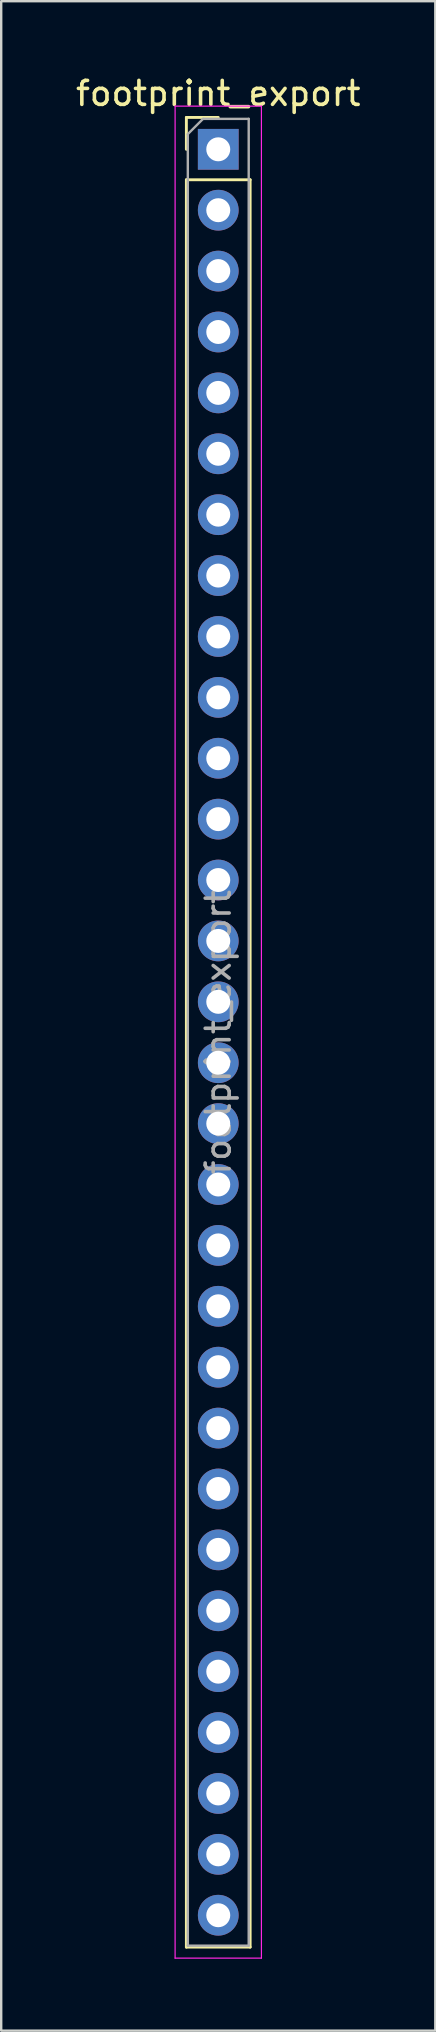
<source format=kicad_pcb>
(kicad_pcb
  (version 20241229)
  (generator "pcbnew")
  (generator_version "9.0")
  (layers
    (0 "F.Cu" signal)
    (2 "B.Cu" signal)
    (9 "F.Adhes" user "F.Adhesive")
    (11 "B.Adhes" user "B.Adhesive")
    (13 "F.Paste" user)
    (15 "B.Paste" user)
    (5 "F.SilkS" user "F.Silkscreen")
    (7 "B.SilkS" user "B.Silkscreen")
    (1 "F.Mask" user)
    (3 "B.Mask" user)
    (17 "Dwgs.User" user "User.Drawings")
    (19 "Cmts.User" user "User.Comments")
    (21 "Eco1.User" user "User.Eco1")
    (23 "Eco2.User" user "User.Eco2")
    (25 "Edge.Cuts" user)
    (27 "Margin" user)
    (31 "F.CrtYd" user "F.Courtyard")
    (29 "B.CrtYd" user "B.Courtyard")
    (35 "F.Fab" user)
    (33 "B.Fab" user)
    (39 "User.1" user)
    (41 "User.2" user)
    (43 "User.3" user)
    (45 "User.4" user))
  (footprint "footprint_export"
    (layer "F.Cu")
    (at 6.054 3.178)
    (property "Reference" "footprint_export" (at 0 -2.33 0) (layer "F.SilkS") (effects (font (size 1 1) (thickness 0.15))))
    (attr through_hole)
    (fp_line (start -1.33 -1.33) (end 0 -1.33) (stroke (width 0.12) (type solid)) (layer "F.SilkS"))
    (fp_line (start -1.33 0) (end -1.33 -1.33) (stroke (width 0.12) (type solid)) (layer "F.SilkS"))
    (fp_line (start -1.33 1.27) (end -1.33 74.99) (stroke (width 0.12) (type solid)) (layer "F.SilkS"))
    (fp_line (start -1.33 1.27) (end 1.33 1.27) (stroke (width 0.12) (type solid)) (layer "F.SilkS"))
    (fp_line (start -1.33 74.99) (end 1.33 74.99) (stroke (width 0.12) (type solid)) (layer "F.SilkS"))
    (fp_line (start 1.33 1.27) (end 1.33 74.99) (stroke (width 0.12) (type solid)) (layer "F.SilkS"))
    (fp_line (start -1.8 -1.8) (end -1.8 75.45) (stroke (width 0.05) (type solid)) (layer "F.CrtYd"))
    (fp_line (start -1.8 75.45) (end 1.8 75.45) (stroke (width 0.05) (type solid)) (layer "F.CrtYd"))
    (fp_line (start 1.8 -1.8) (end -1.8 -1.8) (stroke (width 0.05) (type solid)) (layer "F.CrtYd"))
    (fp_line (start 1.8 75.45) (end 1.8 -1.8) (stroke (width 0.05) (type solid)) (layer "F.CrtYd"))
    (fp_line (start -1.27 -0.635) (end -0.635 -1.27) (stroke (width 0.1) (type solid)) (layer "F.Fab"))
    (fp_line (start -1.27 74.93) (end -1.27 -0.635) (stroke (width 0.1) (type solid)) (layer "F.Fab"))
    (fp_line (start -0.635 -1.27) (end 1.27 -1.27) (stroke (width 0.1) (type solid)) (layer "F.Fab"))
    (fp_line (start 1.27 -1.27) (end 1.27 74.93) (stroke (width 0.1) (type solid)) (layer "F.Fab"))
    (fp_line (start 1.27 74.93) (end -1.27 74.93) (stroke (width 0.1) (type solid)) (layer "F.Fab"))
    (fp_text user "${REFERENCE}" (at 0 36.83 90) (layer "F.Fab") (effects (font (size 1 1) (thickness 0.15))))
    (pad "1" thru_hole rect (at 0 0) (size 1.7 1.7) (drill 1) (layers "*.Cu" "*.Mask"))
    (pad "2" thru_hole oval (at 0 2.54) (size 1.7 1.7) (drill 1) (layers "*.Cu" "*.Mask"))
    (pad "3" thru_hole oval (at 0 5.08) (size 1.7 1.7) (drill 1) (layers "*.Cu" "*.Mask"))
    (pad "4" thru_hole oval (at 0 7.62) (size 1.7 1.7) (drill 1) (layers "*.Cu" "*.Mask"))
    (pad "5" thru_hole oval (at 0 10.16) (size 1.7 1.7) (drill 1) (layers "*.Cu" "*.Mask"))
    (pad "6" thru_hole oval (at 0 12.7) (size 1.7 1.7) (drill 1) (layers "*.Cu" "*.Mask"))
    (pad "7" thru_hole oval (at 0 15.24) (size 1.7 1.7) (drill 1) (layers "*.Cu" "*.Mask"))
    (pad "8" thru_hole oval (at 0 17.78) (size 1.7 1.7) (drill 1) (layers "*.Cu" "*.Mask"))
    (pad "9" thru_hole oval (at 0 20.32) (size 1.7 1.7) (drill 1) (layers "*.Cu" "*.Mask"))
    (pad "10" thru_hole oval (at 0 22.86) (size 1.7 1.7) (drill 1) (layers "*.Cu" "*.Mask"))
    (pad "11" thru_hole oval (at 0 25.4) (size 1.7 1.7) (drill 1) (layers "*.Cu" "*.Mask"))
    (pad "12" thru_hole oval (at 0 27.94) (size 1.7 1.7) (drill 1) (layers "*.Cu" "*.Mask"))
    (pad "13" thru_hole oval (at 0 30.48) (size 1.7 1.7) (drill 1) (layers "*.Cu" "*.Mask"))
    (pad "14" thru_hole oval (at 0 33.02) (size 1.7 1.7) (drill 1) (layers "*.Cu" "*.Mask"))
    (pad "15" thru_hole oval (at 0 35.56) (size 1.7 1.7) (drill 1) (layers "*.Cu" "*.Mask"))
    (pad "16" thru_hole oval (at 0 38.1) (size 1.7 1.7) (drill 1) (layers "*.Cu" "*.Mask"))
    (pad "17" thru_hole oval (at 0 40.64) (size 1.7 1.7) (drill 1) (layers "*.Cu" "*.Mask"))
    (pad "18" thru_hole oval (at 0 43.18) (size 1.7 1.7) (drill 1) (layers "*.Cu" "*.Mask"))
    (pad "19" thru_hole oval (at 0 45.72) (size 1.7 1.7) (drill 1) (layers "*.Cu" "*.Mask"))
    (pad "20" thru_hole oval (at 0 48.26) (size 1.7 1.7) (drill 1) (layers "*.Cu" "*.Mask"))
    (pad "21" thru_hole oval (at 0 50.8) (size 1.7 1.7) (drill 1) (layers "*.Cu" "*.Mask"))
    (pad "22" thru_hole oval (at 0 53.34) (size 1.7 1.7) (drill 1) (layers "*.Cu" "*.Mask"))
    (pad "23" thru_hole oval (at 0 55.88) (size 1.7 1.7) (drill 1) (layers "*.Cu" "*.Mask"))
    (pad "24" thru_hole oval (at 0 58.42) (size 1.7 1.7) (drill 1) (layers "*.Cu" "*.Mask"))
    (pad "25" thru_hole oval (at 0 60.96) (size 1.7 1.7) (drill 1) (layers "*.Cu" "*.Mask"))
    (pad "26" thru_hole oval (at 0 63.5) (size 1.7 1.7) (drill 1) (layers "*.Cu" "*.Mask"))
    (pad "27" thru_hole oval (at 0 66.04) (size 1.7 1.7) (drill 1) (layers "*.Cu" "*.Mask"))
    (pad "28" thru_hole oval (at 0 68.58) (size 1.7 1.7) (drill 1) (layers "*.Cu" "*.Mask"))
    (pad "29" thru_hole oval (at 0 71.12) (size 1.7 1.7) (drill 1) (layers "*.Cu" "*.Mask"))
    (pad "30" thru_hole oval (at 0 73.66) (size 1.7 1.7) (drill 1) (layers "*.Cu" "*.Mask")))
  (gr_rect
    (start -3 -3)
    (end 15.107 81.653)
    (stroke (width 0.1) (type default))
    (fill no)
    (layer "Edge.Cuts")))
</source>
